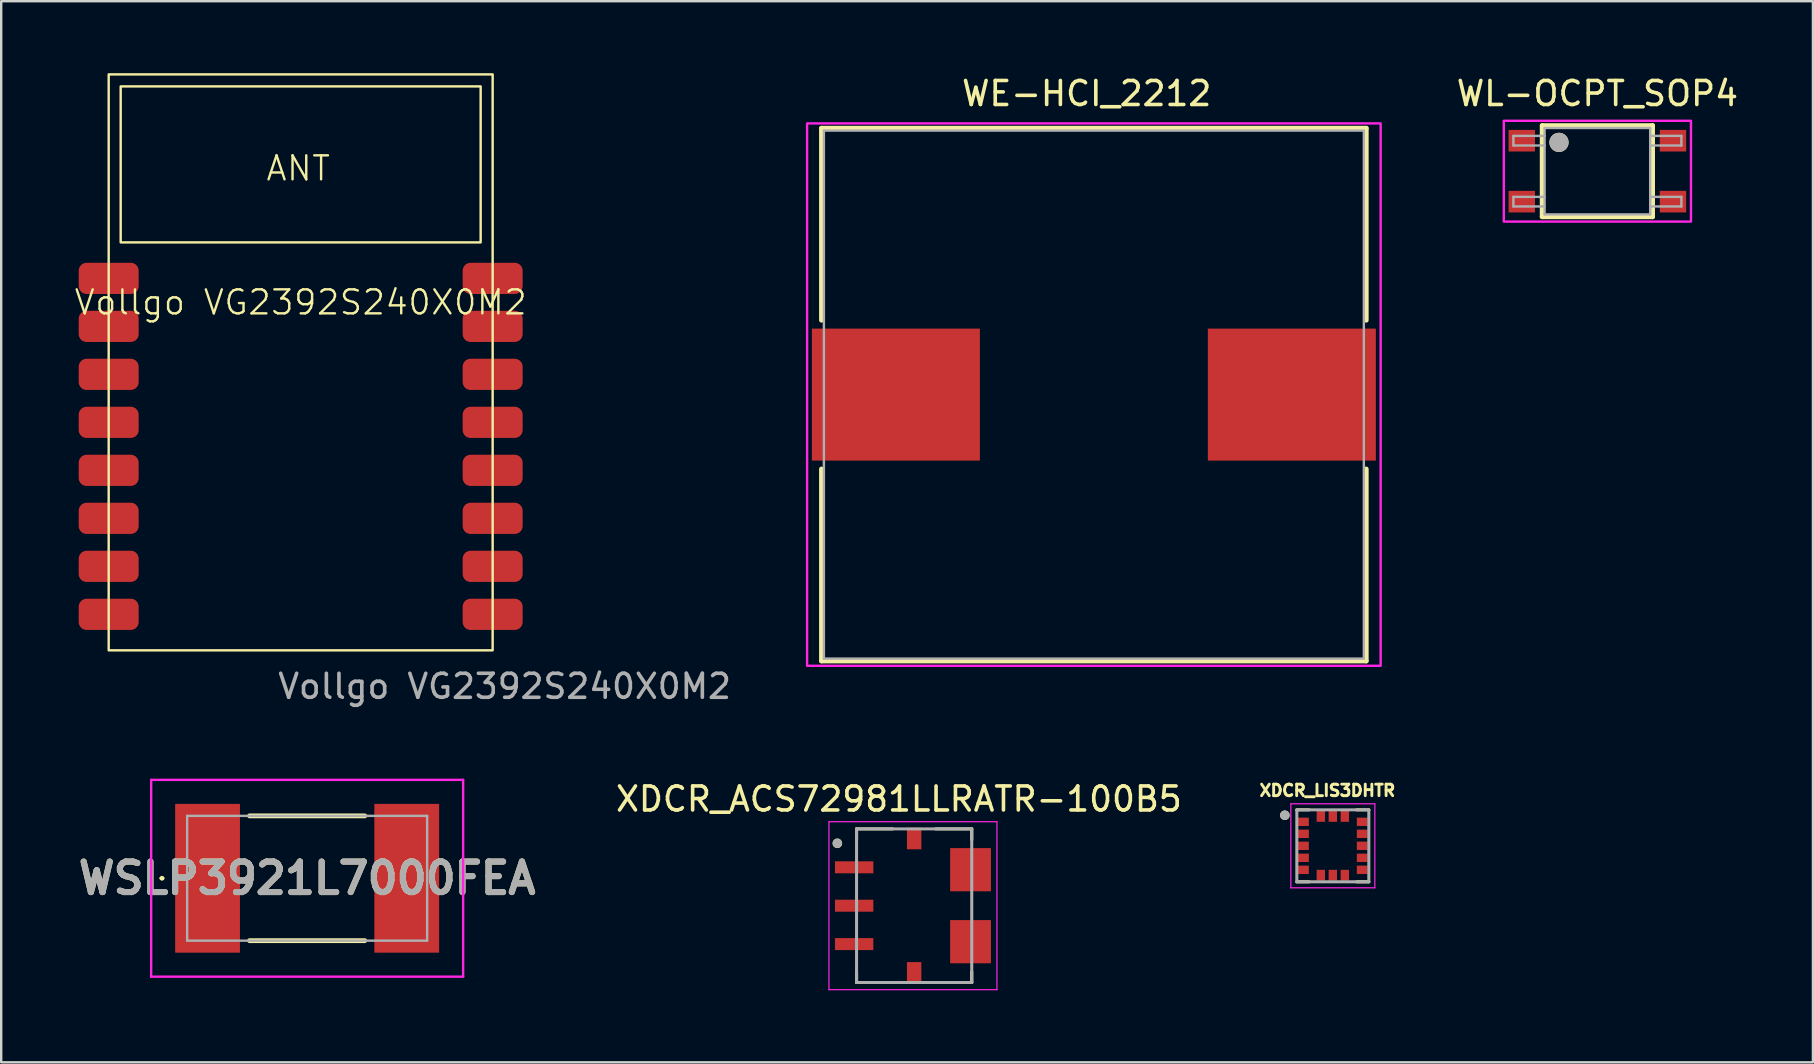
<source format=kicad_pcb>
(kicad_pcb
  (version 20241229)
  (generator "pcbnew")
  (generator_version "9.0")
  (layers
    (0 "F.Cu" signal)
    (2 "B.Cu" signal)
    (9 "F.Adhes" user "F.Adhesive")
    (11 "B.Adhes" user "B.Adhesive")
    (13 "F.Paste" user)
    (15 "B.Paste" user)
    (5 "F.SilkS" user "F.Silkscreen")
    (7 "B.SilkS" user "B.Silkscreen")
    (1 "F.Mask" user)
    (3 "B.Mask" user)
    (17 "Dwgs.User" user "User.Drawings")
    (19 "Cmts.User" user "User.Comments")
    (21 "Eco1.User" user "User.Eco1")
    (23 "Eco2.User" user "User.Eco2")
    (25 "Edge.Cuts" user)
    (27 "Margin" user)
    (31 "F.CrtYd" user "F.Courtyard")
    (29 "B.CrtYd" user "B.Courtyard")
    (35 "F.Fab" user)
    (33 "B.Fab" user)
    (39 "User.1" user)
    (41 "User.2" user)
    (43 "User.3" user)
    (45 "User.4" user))
  (footprint "Vollgo VG2392S240X0M2"
    (layer "F.Cu")
    (at 9.479 10.05)
    (property "Reference" "Vollgo VG2392S240X0M2" (at 0 -0.5 0) (unlocked yes) (layer "F.SilkS") (effects (font (size 1 1) (thickness 0.1))))
    (attr smd)
    (fp_rect (start -8 -10) (end 8 14) (stroke (width 0.1) (type default)) (fill no) (layer "F.SilkS"))
    (fp_rect (start -7.5 -9.5) (end 7.5 -3) (stroke (width 0.1) (type solid)) (fill no) (layer "F.SilkS"))
    (fp_text user "ANT" (at -1.5 -5.5 0) (unlocked yes) (layer "F.SilkS") (effects (font (size 1 1) (thickness 0.1)) (justify left bottom)))
    (fp_text user "${REFERENCE}" (at 8.5 15.5 0) (unlocked yes) (layer "F.Fab") (effects (font (size 1 1) (thickness 0.15))))
    (pad "1" smd roundrect (at -8 -1.5) (size 2.5 1.3) (layers "F.Cu" "F.Mask" "F.Paste") (roundrect_rratio 0.25))
    (pad "2" smd roundrect (at -8 0.5) (size 2.5 1.3) (layers "*.Mask" "F.Cu" "F.Paste") (roundrect_rratio 0.25))
    (pad "3" smd roundrect (at -8 2.5) (size 2.5 1.3) (layers "F.Cu" "F.Mask" "F.Paste") (roundrect_rratio 0.25))
    (pad "4" smd roundrect (at -8 4.5) (size 2.5 1.3) (layers "F.Cu" "F.Mask" "F.Paste") (roundrect_rratio 0.25))
    (pad "5" smd roundrect (at -8 6.5) (size 2.5 1.3) (layers "F.Cu" "F.Mask" "F.Paste") (roundrect_rratio 0.25))
    (pad "6" smd roundrect (at -8 8.5) (size 2.5 1.3) (layers "F.Cu" "F.Mask" "F.Paste") (roundrect_rratio 0.25))
    (pad "7" smd roundrect (at -8 10.5) (size 2.5 1.3) (layers "F.Cu" "F.Mask" "F.Paste") (roundrect_rratio 0.25))
    (pad "8" smd roundrect (at -8 12.5) (size 2.5 1.3) (layers "F.Cu" "F.Mask" "F.Paste") (roundrect_rratio 0.25))
    (pad "9" smd roundrect (at 8 12.5) (size 2.5 1.3) (layers "F.Cu" "F.Mask" "F.Paste") (roundrect_rratio 0.25))
    (pad "10" smd roundrect (at 8 10.5) (size 2.5 1.3) (layers "F.Cu" "F.Mask" "F.Paste") (roundrect_rratio 0.25))
    (pad "11" smd roundrect (at 8 8.5) (size 2.5 1.3) (layers "F.Cu" "F.Mask" "F.Paste") (roundrect_rratio 0.25))
    (pad "12" smd roundrect (at 8 6.5) (size 2.5 1.3) (layers "F.Cu" "F.Mask" "F.Paste") (roundrect_rratio 0.25))
    (pad "13" smd roundrect (at 8 4.5) (size 2.5 1.3) (layers "F.Cu" "F.Mask" "F.Paste") (roundrect_rratio 0.25))
    (pad "14" smd roundrect (at 8 2.5) (size 2.5 1.3) (layers "F.Cu" "F.Mask" "F.Paste") (roundrect_rratio 0.25))
    (pad "15" smd roundrect (at 8 0.5) (size 2.5 1.3) (layers "F.Cu" "F.Mask" "F.Paste") (roundrect_rratio 0.25))
    (pad "16" smd roundrect (at 8 -1.5) (size 2.5 1.3) (layers "F.Cu" "F.Mask" "F.Paste") (roundrect_rratio 0.25))
    (zone (net_name "") (layers "F.Cu" "B.Cu" "Edge.Cuts") (hatch edge 0.5) (connect_pads) (min_thickness 0.25) (filled_areas_thickness no) (keepout (tracks not_allowed) (vias not_allowed) (pads not_allowed) (copperpour not_allowed) (footprints not_allowed)) (placement (enabled no)) (fill) (polygon (pts (xy 17.479 7.05) (xy 17.479 0.05) (xy 1.479 0.05) (xy 1.479 7.05)))))
  (footprint "XDCR_LIS3DHTR"
    (layer "F.Cu")
    (at 52.49 32.196)
    (property "Reference" "XDCR_LIS3DHTR" (at -0.226 -2.306 0) (layer "F.SilkS") (effects (font (size 0.48 0.48) (thickness 0.15))))
    (attr smd)
    (fp_poly (pts (xy -1.5 -1.225) (xy -0.95 -1.225) (xy -0.95 -0.775) (xy -1.5 -0.775)) (stroke (width 0.01) (type solid)) (fill yes) (layer "F.Mask"))
    (fp_poly (pts (xy -1.5 -0.725) (xy -0.95 -0.725) (xy -0.95 -0.275) (xy -1.5 -0.275)) (stroke (width 0.01) (type solid)) (fill yes) (layer "F.Mask"))
    (fp_poly (pts (xy -1.5 -0.225) (xy -0.95 -0.225) (xy -0.95 0.225) (xy -1.5 0.225)) (stroke (width 0.01) (type solid)) (fill yes) (layer "F.Mask"))
    (fp_poly (pts (xy -1.5 0.275) (xy -0.95 0.275) (xy -0.95 0.725) (xy -1.5 0.725)) (stroke (width 0.01) (type solid)) (fill yes) (layer "F.Mask"))
    (fp_poly (pts (xy -1.5 0.775) (xy -0.95 0.775) (xy -0.95 1.225) (xy -1.5 1.225)) (stroke (width 0.01) (type solid)) (fill yes) (layer "F.Mask"))
    (fp_poly (pts (xy -0.775 -1.45) (xy -0.225 -1.45) (xy -0.225 -1) (xy -0.775 -1)) (stroke (width 0.01) (type solid)) (fill yes) (layer "F.Mask"))
    (fp_poly (pts (xy -0.775 1) (xy -0.225 1) (xy -0.225 1.45) (xy -0.775 1.45)) (stroke (width 0.01) (type solid)) (fill yes) (layer "F.Mask"))
    (fp_poly (pts (xy -0.275 -1.45) (xy 0.275 -1.45) (xy 0.275 -1) (xy -0.275 -1)) (stroke (width 0.01) (type solid)) (fill yes) (layer "F.Mask"))
    (fp_poly (pts (xy -0.275 1) (xy 0.275 1) (xy 0.275 1.45) (xy -0.275 1.45)) (stroke (width 0.01) (type solid)) (fill yes) (layer "F.Mask"))
    (fp_poly (pts (xy 0.225 -1.45) (xy 0.775 -1.45) (xy 0.775 -1) (xy 0.225 -1)) (stroke (width 0.01) (type solid)) (fill yes) (layer "F.Mask"))
    (fp_poly (pts (xy 0.225 1) (xy 0.775 1) (xy 0.775 1.45) (xy 0.225 1.45)) (stroke (width 0.01) (type solid)) (fill yes) (layer "F.Mask"))
    (fp_poly (pts (xy 0.95 -1.225) (xy 1.5 -1.225) (xy 1.5 -0.775) (xy 0.95 -0.775)) (stroke (width 0.01) (type solid)) (fill yes) (layer "F.Mask"))
    (fp_poly (pts (xy 0.95 -0.725) (xy 1.5 -0.725) (xy 1.5 -0.275) (xy 0.95 -0.275)) (stroke (width 0.01) (type solid)) (fill yes) (layer "F.Mask"))
    (fp_poly (pts (xy 0.95 -0.225) (xy 1.5 -0.225) (xy 1.5 0.225) (xy 0.95 0.225)) (stroke (width 0.01) (type solid)) (fill yes) (layer "F.Mask"))
    (fp_poly (pts (xy 0.95 0.275) (xy 1.5 0.275) (xy 1.5 0.725) (xy 0.95 0.725)) (stroke (width 0.01) (type solid)) (fill yes) (layer "F.Mask"))
    (fp_poly (pts (xy 0.95 0.775) (xy 1.5 0.775) (xy 1.5 1.225) (xy 0.95 1.225)) (stroke (width 0.01) (type solid)) (fill yes) (layer "F.Mask"))
    (fp_line (start -1.5 1.5) (end -0.99 1.5) (stroke (width 0.127) (type solid)) (layer "F.SilkS"))
    (fp_line (start -0.99 -1.5) (end -1.5 -1.5) (stroke (width 0.127) (type solid)) (layer "F.SilkS"))
    (fp_line (start 0.99 -1.5) (end 1.5 -1.5) (stroke (width 0.127) (type solid)) (layer "F.SilkS"))
    (fp_line (start 0.99 1.5) (end 1.5 1.5) (stroke (width 0.127) (type solid)) (layer "F.SilkS"))
    (fp_circle (center -2 -1.275) (end -1.9 -1.275) (stroke (width 0.2) (type solid)) (fill no) (layer "F.SilkS"))
    (fp_poly (pts (xy -1.405 -1.14) (xy -1.045 -1.14) (xy -1.045 -0.86) (xy -1.405 -0.86)) (stroke (width 0.01) (type solid)) (fill yes) (layer "F.Paste"))
    (fp_poly (pts (xy -1.405 -0.64) (xy -1.045 -0.64) (xy -1.045 -0.36) (xy -1.405 -0.36)) (stroke (width 0.01) (type solid)) (fill yes) (layer "F.Paste"))
    (fp_poly (pts (xy -1.405 -0.14) (xy -1.045 -0.14) (xy -1.045 0.14) (xy -1.405 0.14)) (stroke (width 0.01) (type solid)) (fill yes) (layer "F.Paste"))
    (fp_poly (pts (xy -1.405 0.36) (xy -1.045 0.36) (xy -1.045 0.64) (xy -1.405 0.64)) (stroke (width 0.01) (type solid)) (fill yes) (layer "F.Paste"))
    (fp_poly (pts (xy -1.405 0.86) (xy -1.045 0.86) (xy -1.045 1.14) (xy -1.405 1.14)) (stroke (width 0.01) (type solid)) (fill yes) (layer "F.Paste"))
    (fp_poly (pts (xy -0.64 -1.04) (xy -0.64 -1.4) (xy -0.36 -1.4) (xy -0.36 -1.04)) (stroke (width 0.01) (type solid)) (fill yes) (layer "F.Paste"))
    (fp_poly (pts (xy -0.635 1.41) (xy -0.635 1.05) (xy -0.355 1.05) (xy -0.355 1.41)) (stroke (width 0.01) (type solid)) (fill yes) (layer "F.Paste"))
    (fp_poly (pts (xy -0.14 -1.045) (xy -0.14 -1.405) (xy 0.14 -1.405) (xy 0.14 -1.045)) (stroke (width 0.01) (type solid)) (fill yes) (layer "F.Paste"))
    (fp_poly (pts (xy -0.14 1.41) (xy -0.14 1.05) (xy 0.14 1.05) (xy 0.14 1.41)) (stroke (width 0.01) (type solid)) (fill yes) (layer "F.Paste"))
    (fp_poly (pts (xy 0.36 1.41) (xy 0.36 1.05) (xy 0.64 1.05) (xy 0.64 1.41)) (stroke (width 0.01) (type solid)) (fill yes) (layer "F.Paste"))
    (fp_poly (pts (xy 0.64 -1.4) (xy 0.64 -1.04) (xy 0.36 -1.04) (xy 0.36 -1.4)) (stroke (width 0.01) (type solid)) (fill yes) (layer "F.Paste"))
    (fp_poly (pts (xy 1.045 -1.14) (xy 1.405 -1.14) (xy 1.405 -0.86) (xy 1.045 -0.86)) (stroke (width 0.01) (type solid)) (fill yes) (layer "F.Paste"))
    (fp_poly (pts (xy 1.045 -0.64) (xy 1.405 -0.64) (xy 1.405 -0.36) (xy 1.045 -0.36)) (stroke (width 0.01) (type solid)) (fill yes) (layer "F.Paste"))
    (fp_poly (pts (xy 1.045 -0.14) (xy 1.405 -0.14) (xy 1.405 0.14) (xy 1.045 0.14)) (stroke (width 0.01) (type solid)) (fill yes) (layer "F.Paste"))
    (fp_poly (pts (xy 1.045 0.36) (xy 1.405 0.36) (xy 1.405 0.64) (xy 1.045 0.64)) (stroke (width 0.01) (type solid)) (fill yes) (layer "F.Paste"))
    (fp_poly (pts (xy 1.045 0.86) (xy 1.405 0.86) (xy 1.405 1.14) (xy 1.045 1.14)) (stroke (width 0.01) (type solid)) (fill yes) (layer "F.Paste"))
    (fp_line (start -1.75 -1.75) (end -1.75 1.75) (stroke (width 0.05) (type solid)) (layer "F.CrtYd"))
    (fp_line (start -1.75 1.75) (end 1.75 1.75) (stroke (width 0.05) (type solid)) (layer "F.CrtYd"))
    (fp_line (start 1.75 -1.75) (end -1.75 -1.75) (stroke (width 0.05) (type solid)) (layer "F.CrtYd"))
    (fp_line (start 1.75 1.75) (end 1.75 -1.75) (stroke (width 0.05) (type solid)) (layer "F.CrtYd"))
    (fp_line (start -1.5 -1.5) (end -1.5 1.5) (stroke (width 0.127) (type solid)) (layer "F.Fab"))
    (fp_line (start -1.5 1.5) (end 1.5 1.5) (stroke (width 0.127) (type solid)) (layer "F.Fab"))
    (fp_line (start 1.5 -1.5) (end -1.5 -1.5) (stroke (width 0.127) (type solid)) (layer "F.Fab"))
    (fp_line (start 1.5 1.5) (end 1.5 -1.5) (stroke (width 0.127) (type solid)) (layer "F.Fab"))
    (fp_circle (center -2 -1.275) (end -1.9 -1.275) (stroke (width 0.2) (type solid)) (fill no) (layer "F.Fab"))
    (pad "1" smd rect (at -1.225 -1 180) (size 0.45 0.35) (layers "F.Cu"))
    (pad "2" smd rect (at -1.225 -0.5 180) (size 0.45 0.35) (layers "F.Cu"))
    (pad "3" smd rect (at -1.225 0 180) (size 0.45 0.35) (layers "F.Cu"))
    (pad "4" smd rect (at -1.225 0.5 180) (size 0.45 0.35) (layers "F.Cu"))
    (pad "5" smd rect (at -1.225 1 180) (size 0.45 0.35) (layers "F.Cu"))
    (pad "6" smd rect (at -0.5 1.225 90) (size 0.45 0.35) (layers "F.Cu"))
    (pad "7" smd rect (at 0 1.225 90) (size 0.45 0.35) (layers "F.Cu"))
    (pad "8" smd rect (at 0.5 1.225 90) (size 0.45 0.35) (layers "F.Cu"))
    (pad "9" smd rect (at 1.225 1) (size 0.45 0.35) (layers "F.Cu"))
    (pad "10" smd rect (at 1.225 0.5) (size 0.45 0.35) (layers "F.Cu"))
    (pad "11" smd rect (at 1.225 0) (size 0.45 0.35) (layers "F.Cu"))
    (pad "12" smd rect (at 1.225 -0.5) (size 0.45 0.35) (layers "F.Cu"))
    (pad "13" smd rect (at 1.225 -1) (size 0.45 0.35) (layers "F.Cu"))
    (pad "14" smd rect (at 0.5 -1.225 90) (size 0.45 0.35) (layers "F.Cu"))
    (pad "15" smd rect (at 0 -1.225 90) (size 0.45 0.35) (layers "F.Cu"))
    (pad "16" smd rect (at -0.5 -1.225 90) (size 0.45 0.35) (layers "F.Cu")))
  (footprint "WL-OCPT_SOP4"
    (layer "F.Cu")
    (at 63.514 4.083)
    (property "Reference" "WL-OCPT_SOP4" (at 0 -3.235 0) (layer "F.SilkS") (effects (font (size 1 1) (thickness 0.15))))
    (attr smd)
    (fp_line (start -2.3 -1.9) (end 2.3 -1.9) (stroke (width 0.2) (type solid)) (layer "F.SilkS"))
    (fp_line (start -2.3 1.9) (end -2.3 -1.9) (stroke (width 0.2) (type solid)) (layer "F.SilkS"))
    (fp_line (start 2.3 -1.9) (end 2.3 1.9) (stroke (width 0.2) (type solid)) (layer "F.SilkS"))
    (fp_line (start 2.3 1.9) (end -2.3 1.9) (stroke (width 0.2) (type solid)) (layer "F.SilkS"))
    (fp_circle (center -1.6 -1.2) (end -1.4 -1.2) (stroke (width 0.4) (type solid)) (fill no) (layer "F.SilkS"))
    (fp_poly (pts (xy -3.9 -2.1) (xy 3.9 -2.1) (xy 3.9 2.1) (xy -3.9 2.1)) (stroke (width 0.1) (type solid)) (fill no) (layer "F.CrtYd"))
    (fp_line (start -3.5 -1.47) (end -3.5 -1.07) (stroke (width 0.1) (type solid)) (layer "F.Fab"))
    (fp_line (start -3.5 -1.07) (end -2.2 -1.07) (stroke (width 0.1) (type solid)) (layer "F.Fab"))
    (fp_line (start -3.5 1.07) (end -3.5 1.47) (stroke (width 0.1) (type solid)) (layer "F.Fab"))
    (fp_line (start -3.5 1.47) (end -2.2 1.47) (stroke (width 0.1) (type solid)) (layer "F.Fab"))
    (fp_line (start -2.2 -1.8) (end 2.2 -1.8) (stroke (width 0.1) (type solid)) (layer "F.Fab"))
    (fp_line (start -2.2 -1.47) (end -3.5 -1.47) (stroke (width 0.1) (type solid)) (layer "F.Fab"))
    (fp_line (start -2.2 -1.47) (end -2.2 -1.8) (stroke (width 0.1) (type solid)) (layer "F.Fab"))
    (fp_line (start -2.2 -1.07) (end -2.2 -1.47) (stroke (width 0.1) (type solid)) (layer "F.Fab"))
    (fp_line (start -2.2 1.07) (end -3.5 1.07) (stroke (width 0.1) (type solid)) (layer "F.Fab"))
    (fp_line (start -2.2 1.8) (end -2.2 -1.07) (stroke (width 0.1) (type solid)) (layer "F.Fab"))
    (fp_line (start 2.2 -1.8) (end 2.2 1.8) (stroke (width 0.1) (type solid)) (layer "F.Fab"))
    (fp_line (start 2.2 -1.07) (end 3.5 -1.07) (stroke (width 0.1) (type solid)) (layer "F.Fab"))
    (fp_line (start 2.2 1.47) (end 3.5 1.47) (stroke (width 0.1) (type solid)) (layer "F.Fab"))
    (fp_line (start 2.2 1.8) (end -2.2 1.8) (stroke (width 0.1) (type solid)) (layer "F.Fab"))
    (fp_line (start 3.5 -1.47) (end 2.2 -1.47) (stroke (width 0.1) (type solid)) (layer "F.Fab"))
    (fp_line (start 3.5 -1.07) (end 3.5 -1.47) (stroke (width 0.1) (type solid)) (layer "F.Fab"))
    (fp_line (start 3.5 1.07) (end 2.2 1.07) (stroke (width 0.1) (type solid)) (layer "F.Fab"))
    (fp_line (start 3.5 1.47) (end 3.5 1.07) (stroke (width 0.1) (type solid)) (layer "F.Fab"))
    (fp_circle (center -1.6 -1.2) (end -1.4 -1.2) (stroke (width 0.4) (type solid)) (fill no) (layer "F.Fab"))
    (pad "1" smd rect (at -3.15 -1.27) (size 1.1 0.9) (layers "F.Cu" "F.Mask" "F.Paste"))
    (pad "2" smd rect (at -3.15 1.27) (size 1.1 0.9) (layers "F.Cu" "F.Mask" "F.Paste"))
    (pad "3" smd rect (at 3.15 1.27) (size 1.1 0.9) (layers "F.Cu" "F.Mask" "F.Paste"))
    (pad "4" smd rect (at 3.15 -1.27) (size 1.1 0.9) (layers "F.Cu" "F.Mask" "F.Paste")))
  (footprint "WE-HCI_2212"
    (layer "F.Cu")
    (at 42.532 13.393)
    (property "Reference" "WE-HCI_2212" (at -0.3 -12.545 0) (layer "F.SilkS") (effects (font (size 1 1) (thickness 0.15))))
    (attr smd)
    (fp_line (start -11.35 -11.1) (end 11.35 -11.1) (stroke (width 0.2) (type solid)) (layer "F.SilkS"))
    (fp_line (start -11.35 -3.1) (end -11.35 -11.1) (stroke (width 0.2) (type solid)) (layer "F.SilkS"))
    (fp_line (start -11.35 3.1) (end -11.35 11.1) (stroke (width 0.2) (type solid)) (layer "F.SilkS"))
    (fp_line (start -11.35 11.1) (end 11.35 11.1) (stroke (width 0.2) (type solid)) (layer "F.SilkS"))
    (fp_line (start 11.35 -11.1) (end 11.35 -3.1) (stroke (width 0.2) (type solid)) (layer "F.SilkS"))
    (fp_line (start 11.35 11.1) (end 11.35 3.1) (stroke (width 0.2) (type solid)) (layer "F.SilkS"))
    (fp_poly (pts (xy -11.95 11.3) (xy -11.95 -11.3) (xy 11.95 -11.3) (xy 11.95 11.3)) (stroke (width 0.1) (type solid)) (fill no) (layer "F.CrtYd"))
    (fp_line (start -11.25 -11) (end -11.25 11) (stroke (width 0.1) (type solid)) (layer "F.Fab"))
    (fp_line (start 11.25 -11) (end -11.25 -11) (stroke (width 0.1) (type solid)) (layer "F.Fab"))
    (fp_line (start 11.25 -11) (end 11.25 11) (stroke (width 0.1) (type solid)) (layer "F.Fab"))
    (fp_line (start 11.25 11) (end -11.25 11) (stroke (width 0.1) (type solid)) (layer "F.Fab"))
    (pad "1" smd rect (at 8.25 0) (size 7 5.5) (layers "F.Cu" "F.Mask" "F.Paste"))
    (pad "2" smd rect (at -8.25 0) (size 7 5.5) (layers "F.Cu" "F.Mask" "F.Paste")))
  (footprint "WSLP3921L7000FEA"
    (layer "F.Cu")
    (at 9.749 33.548)
    (property "Reference" "WSLP3921L7000FEA" (at 0 0 0) (layer "F.SilkS") (effects (font (size 1.27 1.27) (thickness 0.254))))
    (attr smd)
    (fp_line (start -6.1 0) (end -6.1 0) (stroke (width 0.1) (type solid)) (layer "F.SilkS"))
    (fp_line (start -6 0) (end -6 0) (stroke (width 0.1) (type solid)) (layer "F.SilkS"))
    (fp_line (start -2.4 -2.6) (end 2.4 -2.6) (stroke (width 0.2) (type solid)) (layer "F.SilkS"))
    (fp_line (start -2.4 2.6) (end 2.4 2.6) (stroke (width 0.2) (type solid)) (layer "F.SilkS"))
    (fp_arc (start -6.1 0) (mid -6.05 -0.05) (end -6 0) (stroke (width 0.1) (type solid)) (layer "F.SilkS"))
    (fp_arc (start -6 0) (mid -6.05 0.05) (end -6.1 0) (stroke (width 0.1) (type solid)) (layer "F.SilkS"))
    (fp_line (start -6.5 -4.1) (end 6.5 -4.1) (stroke (width 0.1) (type solid)) (layer "F.CrtYd"))
    (fp_line (start -6.5 4.1) (end -6.5 -4.1) (stroke (width 0.1) (type solid)) (layer "F.CrtYd"))
    (fp_line (start 6.5 -4.1) (end 6.5 4.1) (stroke (width 0.1) (type solid)) (layer "F.CrtYd"))
    (fp_line (start 6.5 4.1) (end -6.5 4.1) (stroke (width 0.1) (type solid)) (layer "F.CrtYd"))
    (fp_line (start -5 -2.6) (end -5 2.6) (stroke (width 0.1) (type solid)) (layer "F.Fab"))
    (fp_line (start -5 2.6) (end 5 2.6) (stroke (width 0.1) (type solid)) (layer "F.Fab"))
    (fp_line (start 5 -2.6) (end -5 -2.6) (stroke (width 0.1) (type solid)) (layer "F.Fab"))
    (fp_line (start 5 2.6) (end 5 -2.6) (stroke (width 0.1) (type solid)) (layer "F.Fab"))
    (fp_text user "${REFERENCE}" (at 0 0 0) (layer "F.Fab") (effects (font (size 1.27 1.27) (thickness 0.254))))
    (pad "1" smd rect (at -4.15 0) (size 2.7 6.2) (layers "F.Cu" "F.Mask" "F.Paste"))
    (pad "2" smd rect (at 4.15 0) (size 2.7 6.2) (layers "F.Cu" "F.Mask" "F.Paste")))
  (footprint "XDCR_ACS72981LLRATR-100B5"
    (layer "F.Cu")
    (at 35.043 34.691)
    (property "Reference" "XDCR_ACS72981LLRATR-100B5" (at -0.635 -4.445 0) (layer "F.SilkS") (effects (font (size 1 1) (thickness 0.15))))
    (attr smd)
    (fp_line (start -2.4 -3.2) (end -0.9 -3.2) (stroke (width 0.127) (type solid)) (layer "F.SilkS"))
    (fp_line (start -2.4 -2.75) (end -2.4 -3.2) (stroke (width 0.127) (type solid)) (layer "F.SilkS"))
    (fp_line (start -2.4 2.75) (end -2.4 3.2) (stroke (width 0.127) (type solid)) (layer "F.SilkS"))
    (fp_line (start -2.4 3.2) (end -0.9 3.2) (stroke (width 0.127) (type solid)) (layer "F.SilkS"))
    (fp_line (start 0.9 -3.2) (end 2.4 -3.2) (stroke (width 0.127) (type solid)) (layer "F.SilkS"))
    (fp_line (start 0.9 3.2) (end 2.4 3.2) (stroke (width 0.127) (type solid)) (layer "F.SilkS"))
    (fp_line (start 2.4 -3.2) (end 2.4 -2.75) (stroke (width 0.127) (type solid)) (layer "F.SilkS"))
    (fp_line (start 2.4 3.2) (end 2.4 2.75) (stroke (width 0.127) (type solid)) (layer "F.SilkS"))
    (fp_circle (center -3.2 -2.6) (end -3.1 -2.6) (stroke (width 0.2) (type solid)) (fill no) (layer "F.SilkS"))
    (fp_line (start -3.55 -3.5) (end 3.45 -3.5) (stroke (width 0.05) (type solid)) (layer "F.CrtYd"))
    (fp_line (start -3.55 3.5) (end -3.55 -3.5) (stroke (width 0.05) (type solid)) (layer "F.CrtYd"))
    (fp_line (start 3.45 -3.5) (end 3.45 3.5) (stroke (width 0.05) (type solid)) (layer "F.CrtYd"))
    (fp_line (start 3.45 3.5) (end -3.55 3.5) (stroke (width 0.05) (type solid)) (layer "F.CrtYd"))
    (fp_line (start -2.4 -3.2) (end 2.4 -3.2) (stroke (width 0.127) (type solid)) (layer "F.Fab"))
    (fp_line (start -2.4 3.2) (end -2.4 -3.2) (stroke (width 0.127) (type solid)) (layer "F.Fab"))
    (fp_line (start 2.4 -3.2) (end 2.4 3.2) (stroke (width 0.127) (type solid)) (layer "F.Fab"))
    (fp_line (start 2.4 3.2) (end -2.4 3.2) (stroke (width 0.127) (type solid)) (layer "F.Fab"))
    (fp_circle (center -3.2 -2.6) (end -3.1 -2.6) (stroke (width 0.2) (type solid)) (fill no) (layer "F.Fab"))
    (pad "1" smd rect (at -2.5 -1.6) (size 1.6 0.5) (layers "F.Cu" "F.Mask" "F.Paste"))
    (pad "2" smd rect (at -2.5 0) (size 1.6 0.5) (layers "F.Cu" "F.Mask" "F.Paste"))
    (pad "3" smd rect (at -2.5 1.6) (size 1.6 0.5) (layers "F.Cu" "F.Mask" "F.Paste"))
    (pad "4" smd rect (at 0 2.8) (size 0.6 0.9) (layers "F.Cu" "F.Mask" "F.Paste"))
    (pad "5" smd rect (at 2.35 1.5) (size 1.7 1.8) (layers "F.Cu" "F.Mask" "F.Paste"))
    (pad "6" smd rect (at 2.35 -1.5) (size 1.7 1.8) (layers "F.Cu" "F.Mask" "F.Paste"))
    (pad "7" smd rect (at 0 -2.8) (size 0.6 0.9) (layers "F.Cu" "F.Mask" "F.Paste")))
  (gr_rect
    (start -3 -3)
    (end 72.496 41.217)
    (stroke (width 0.1) (type default))
    (fill no)
    (layer "Edge.Cuts")))
</source>
